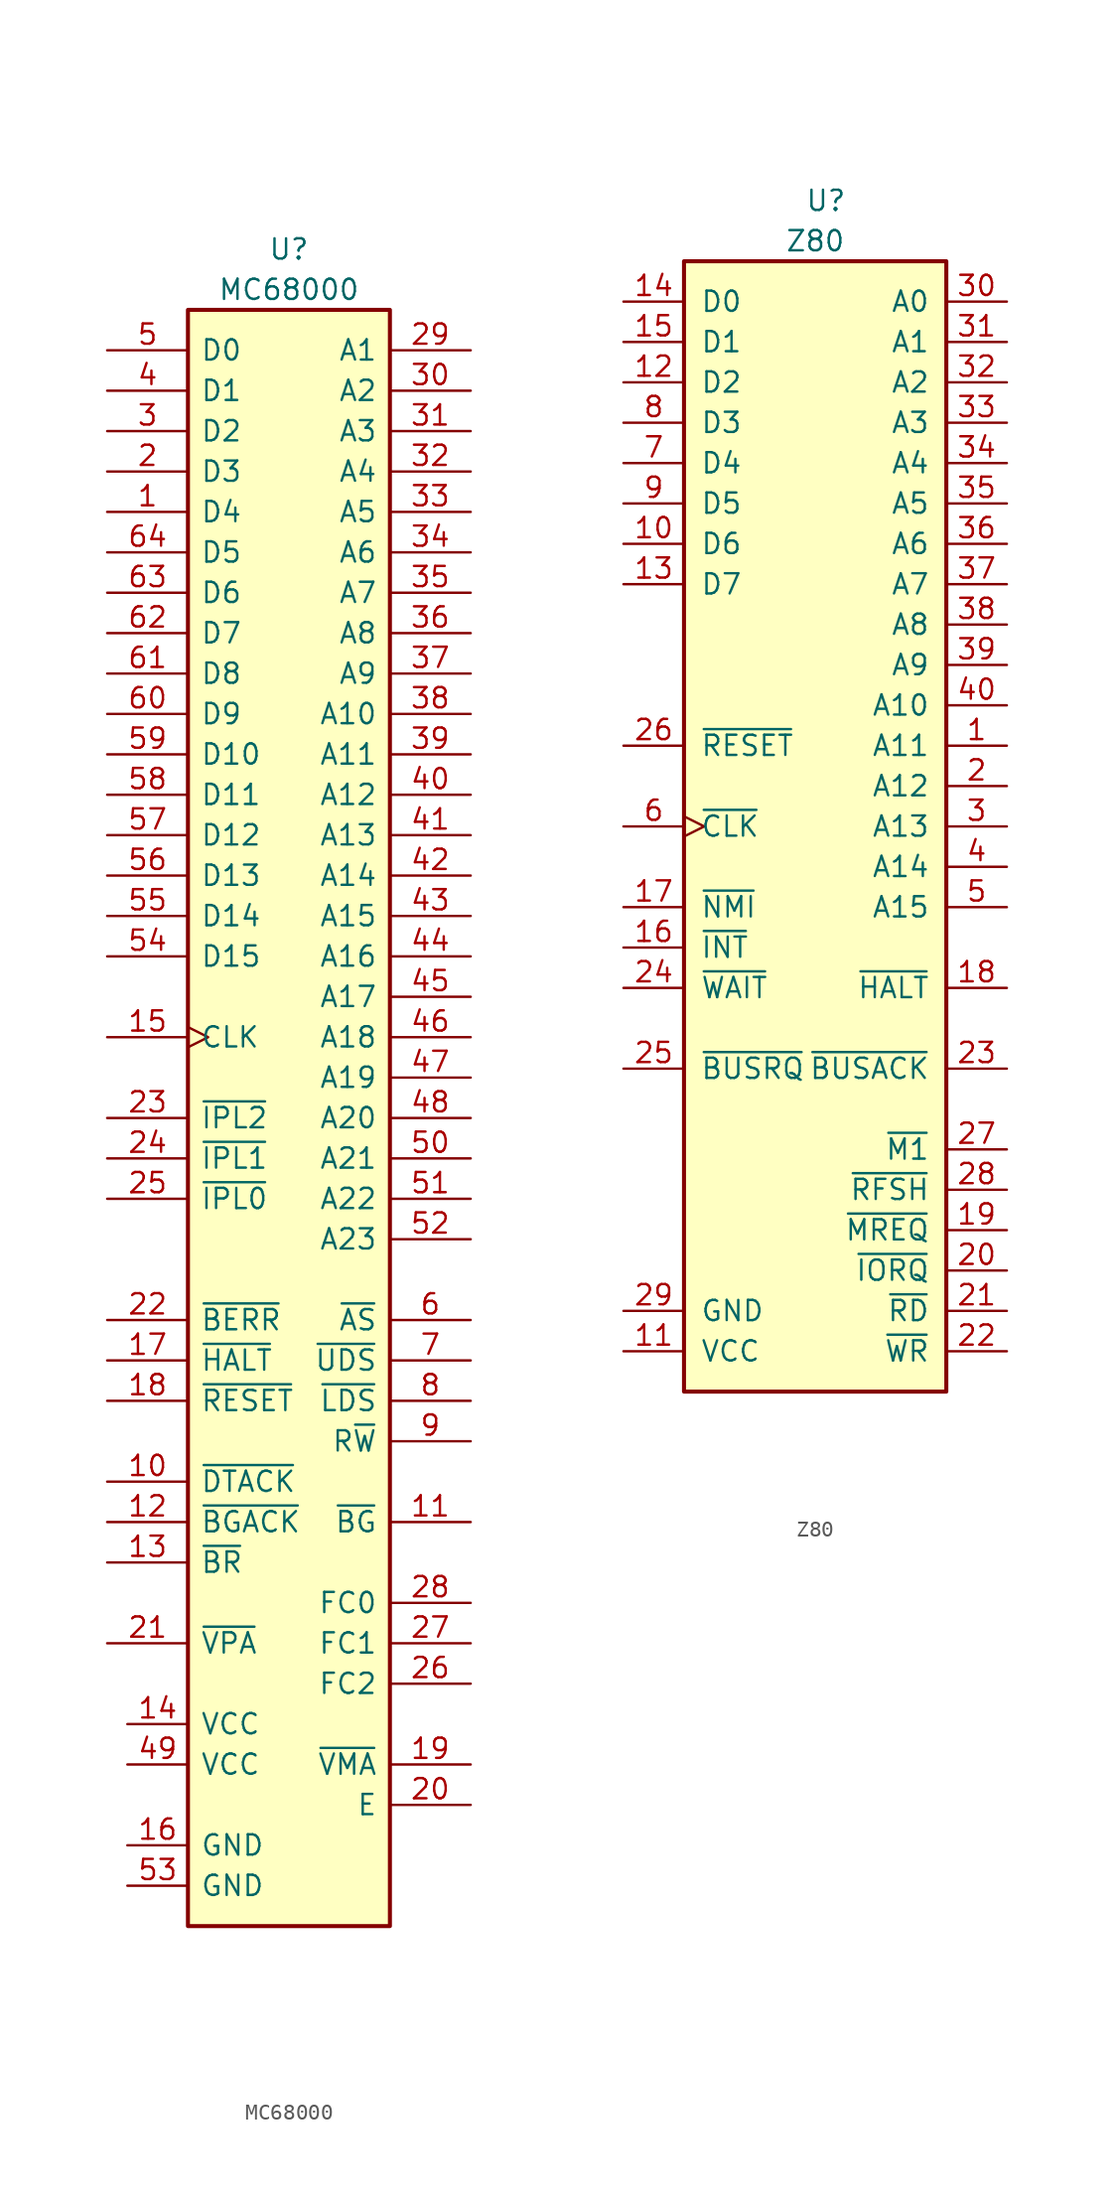
<source format=kicad_sym>
(kicad_symbol_lib
  (version 20220914)
  (generator kicad_symbol_editor)
  (symbol "MC68000"
    (pin_names
      (offset 0.762))
    (property "Reference" "U"
      (at 0 54.61 0)
      (effects (font (size 1.27 1.27))))
    (property "Value" "MC68000"
      (at 0 52.07 0)
      (effects (font (size 1.27 1.27))))
    (symbol "MC68000_0_1"
      (rectangle (start -6.35 50.8) (end 6.35 -50.8) (stroke (width 0.254) (type default)) (fill (type background))))
    (symbol "MC68000_1_1"
      (pin bidirectional line (at -11.43 38.1 0) (length 5.08) (name "D4" (effects (font (size 1.27 1.27)))) (number "1" (effects (font (size 1.27 1.27)))))
      (pin input line (at -11.43 -22.86 0) (length 5.08) (name "~{DTACK}" (effects (font (size 1.27 1.27)))) (number "10" (effects (font (size 1.27 1.27)))))
      (pin output line (at 11.43 -25.4 180) (length 5.08) (name "~{BG}" (effects (font (size 1.27 1.27)))) (number "11" (effects (font (size 1.27 1.27)))))
      (pin input line (at -11.43 -25.4 0) (length 5.08) (name "~{BGACK}" (effects (font (size 1.27 1.27)))) (number "12" (effects (font (size 1.27 1.27)))))
      (pin input line (at -11.43 -27.94 0) (length 5.08) (name "~{BR}" (effects (font (size 1.27 1.27)))) (number "13" (effects (font (size 1.27 1.27)))))
      (pin power_in line (at -10.16 -38.1 0) (length 3.81) (name "VCC" (effects (font (size 1.27 1.27)))) (number "14" (effects (font (size 1.27 1.27)))))
      (pin input clock (at -11.43 5.08 0) (length 5.08) (name "CLK" (effects (font (size 1.27 1.27)))) (number "15" (effects (font (size 1.27 1.27)))))
      (pin power_in line (at -10.16 -45.72 0) (length 3.81) (name "GND" (effects (font (size 1.27 1.27)))) (number "16" (effects (font (size 1.27 1.27)))))
      (pin bidirectional line (at -11.43 -15.24 0) (length 5.08) (name "~{HALT}" (effects (font (size 1.27 1.27)))) (number "17" (effects (font (size 1.27 1.27)))))
      (pin bidirectional line (at -11.43 -17.78 0) (length 5.08) (name "~{RESET}" (effects (font (size 1.27 1.27)))) (number "18" (effects (font (size 1.27 1.27)))))
      (pin output line (at 11.43 -40.64 180) (length 5.08) (name "~{VMA}" (effects (font (size 1.27 1.27)))) (number "19" (effects (font (size 1.27 1.27)))))
      (pin bidirectional line (at -11.43 40.64 0) (length 5.08) (name "D3" (effects (font (size 1.27 1.27)))) (number "2" (effects (font (size 1.27 1.27)))))
      (pin output line (at 11.43 -43.18 180) (length 5.08) (name "E" (effects (font (size 1.27 1.27)))) (number "20" (effects (font (size 1.27 1.27)))))
      (pin input line (at -11.43 -33.02 0) (length 5.08) (name "~{VPA}" (effects (font (size 1.27 1.27)))) (number "21" (effects (font (size 1.27 1.27)))))
      (pin input line (at -11.43 -12.7 0) (length 5.08) (name "~{BERR}" (effects (font (size 1.27 1.27)))) (number "22" (effects (font (size 1.27 1.27)))))
      (pin input line (at -11.43 0 0) (length 5.08) (name "~{IPL2}" (effects (font (size 1.27 1.27)))) (number "23" (effects (font (size 1.27 1.27)))))
      (pin input line (at -11.43 -2.54 0) (length 5.08) (name "~{IPL1}" (effects (font (size 1.27 1.27)))) (number "24" (effects (font (size 1.27 1.27)))))
      (pin input line (at -11.43 -5.08 0) (length 5.08) (name "~{IPL0}" (effects (font (size 1.27 1.27)))) (number "25" (effects (font (size 1.27 1.27)))))
      (pin output line (at 11.43 -35.56 180) (length 5.08) (name "FC2" (effects (font (size 1.27 1.27)))) (number "26" (effects (font (size 1.27 1.27)))))
      (pin output line (at 11.43 -33.02 180) (length 5.08) (name "FC1" (effects (font (size 1.27 1.27)))) (number "27" (effects (font (size 1.27 1.27)))))
      (pin output line (at 11.43 -30.48 180) (length 5.08) (name "FC0" (effects (font (size 1.27 1.27)))) (number "28" (effects (font (size 1.27 1.27)))))
      (pin output line (at 11.43 48.26 180) (length 5.08) (name "A1" (effects (font (size 1.27 1.27)))) (number "29" (effects (font (size 1.27 1.27)))))
      (pin bidirectional line (at -11.43 43.18 0) (length 5.08) (name "D2" (effects (font (size 1.27 1.27)))) (number "3" (effects (font (size 1.27 1.27)))))
      (pin output line (at 11.43 45.72 180) (length 5.08) (name "A2" (effects (font (size 1.27 1.27)))) (number "30" (effects (font (size 1.27 1.27)))))
      (pin output line (at 11.43 43.18 180) (length 5.08) (name "A3" (effects (font (size 1.27 1.27)))) (number "31" (effects (font (size 1.27 1.27)))))
      (pin output line (at 11.43 40.64 180) (length 5.08) (name "A4" (effects (font (size 1.27 1.27)))) (number "32" (effects (font (size 1.27 1.27)))))
      (pin output line (at 11.43 38.1 180) (length 5.08) (name "A5" (effects (font (size 1.27 1.27)))) (number "33" (effects (font (size 1.27 1.27)))))
      (pin output line (at 11.43 35.56 180) (length 5.08) (name "A6" (effects (font (size 1.27 1.27)))) (number "34" (effects (font (size 1.27 1.27)))))
      (pin output line (at 11.43 33.02 180) (length 5.08) (name "A7" (effects (font (size 1.27 1.27)))) (number "35" (effects (font (size 1.27 1.27)))))
      (pin output line (at 11.43 30.48 180) (length 5.08) (name "A8" (effects (font (size 1.27 1.27)))) (number "36" (effects (font (size 1.27 1.27)))))
      (pin output line (at 11.43 27.94 180) (length 5.08) (name "A9" (effects (font (size 1.27 1.27)))) (number "37" (effects (font (size 1.27 1.27)))))
      (pin output line (at 11.43 25.4 180) (length 5.08) (name "A10" (effects (font (size 1.27 1.27)))) (number "38" (effects (font (size 1.27 1.27)))))
      (pin output line (at 11.43 22.86 180) (length 5.08) (name "A11" (effects (font (size 1.27 1.27)))) (number "39" (effects (font (size 1.27 1.27)))))
      (pin bidirectional line (at -11.43 45.72 0) (length 5.08) (name "D1" (effects (font (size 1.27 1.27)))) (number "4" (effects (font (size 1.27 1.27)))))
      (pin output line (at 11.43 20.32 180) (length 5.08) (name "A12" (effects (font (size 1.27 1.27)))) (number "40" (effects (font (size 1.27 1.27)))))
      (pin output line (at 11.43 17.78 180) (length 5.08) (name "A13" (effects (font (size 1.27 1.27)))) (number "41" (effects (font (size 1.27 1.27)))))
      (pin output line (at 11.43 15.24 180) (length 5.08) (name "A14" (effects (font (size 1.27 1.27)))) (number "42" (effects (font (size 1.27 1.27)))))
      (pin output line (at 11.43 12.7 180) (length 5.08) (name "A15" (effects (font (size 1.27 1.27)))) (number "43" (effects (font (size 1.27 1.27)))))
      (pin output line (at 11.43 10.16 180) (length 5.08) (name "A16" (effects (font (size 1.27 1.27)))) (number "44" (effects (font (size 1.27 1.27)))))
      (pin output line (at 11.43 7.62 180) (length 5.08) (name "A17" (effects (font (size 1.27 1.27)))) (number "45" (effects (font (size 1.27 1.27)))))
      (pin output line (at 11.43 5.08 180) (length 5.08) (name "A18" (effects (font (size 1.27 1.27)))) (number "46" (effects (font (size 1.27 1.27)))))
      (pin output line (at 11.43 2.54 180) (length 5.08) (name "A19" (effects (font (size 1.27 1.27)))) (number "47" (effects (font (size 1.27 1.27)))))
      (pin output line (at 11.43 0 180) (length 5.08) (name "A20" (effects (font (size 1.27 1.27)))) (number "48" (effects (font (size 1.27 1.27)))))
      (pin power_in line (at -10.16 -40.64 0) (length 3.81) (name "VCC" (effects (font (size 1.27 1.27)))) (number "49" (effects (font (size 1.27 1.27)))))
      (pin bidirectional line (at -11.43 48.26 0) (length 5.08) (name "D0" (effects (font (size 1.27 1.27)))) (number "5" (effects (font (size 1.27 1.27)))))
      (pin output line (at 11.43 -2.54 180) (length 5.08) (name "A21" (effects (font (size 1.27 1.27)))) (number "50" (effects (font (size 1.27 1.27)))))
      (pin output line (at 11.43 -5.08 180) (length 5.08) (name "A22" (effects (font (size 1.27 1.27)))) (number "51" (effects (font (size 1.27 1.27)))))
      (pin output line (at 11.43 -7.62 180) (length 5.08) (name "A23" (effects (font (size 1.27 1.27)))) (number "52" (effects (font (size 1.27 1.27)))))
      (pin power_in line (at -10.16 -48.26 0) (length 3.81) (name "GND" (effects (font (size 1.27 1.27)))) (number "53" (effects (font (size 1.27 1.27)))))
      (pin bidirectional line (at -11.43 10.16 0) (length 5.08) (name "D15" (effects (font (size 1.27 1.27)))) (number "54" (effects (font (size 1.27 1.27)))))
      (pin bidirectional line (at -11.43 12.7 0) (length 5.08) (name "D14" (effects (font (size 1.27 1.27)))) (number "55" (effects (font (size 1.27 1.27)))))
      (pin bidirectional line (at -11.43 15.24 0) (length 5.08) (name "D13" (effects (font (size 1.27 1.27)))) (number "56" (effects (font (size 1.27 1.27)))))
      (pin bidirectional line (at -11.43 17.78 0) (length 5.08) (name "D12" (effects (font (size 1.27 1.27)))) (number "57" (effects (font (size 1.27 1.27)))))
      (pin bidirectional line (at -11.43 20.32 0) (length 5.08) (name "D11" (effects (font (size 1.27 1.27)))) (number "58" (effects (font (size 1.27 1.27)))))
      (pin bidirectional line (at -11.43 22.86 0) (length 5.08) (name "D10" (effects (font (size 1.27 1.27)))) (number "59" (effects (font (size 1.27 1.27)))))
      (pin output line (at 11.43 -12.7 180) (length 5.08) (name "~{AS}" (effects (font (size 1.27 1.27)))) (number "6" (effects (font (size 1.27 1.27)))))
      (pin bidirectional line (at -11.43 25.4 0) (length 5.08) (name "D9" (effects (font (size 1.27 1.27)))) (number "60" (effects (font (size 1.27 1.27)))))
      (pin bidirectional line (at -11.43 27.94 0) (length 5.08) (name "D8" (effects (font (size 1.27 1.27)))) (number "61" (effects (font (size 1.27 1.27)))))
      (pin bidirectional line (at -11.43 30.48 0) (length 5.08) (name "D7" (effects (font (size 1.27 1.27)))) (number "62" (effects (font (size 1.27 1.27)))))
      (pin bidirectional line (at -11.43 33.02 0) (length 5.08) (name "D6" (effects (font (size 1.27 1.27)))) (number "63" (effects (font (size 1.27 1.27)))))
      (pin bidirectional line (at -11.43 35.56 0) (length 5.08) (name "D5" (effects (font (size 1.27 1.27)))) (number "64" (effects (font (size 1.27 1.27)))))
      (pin output line (at 11.43 -15.24 180) (length 5.08) (name "~{UDS}" (effects (font (size 1.27 1.27)))) (number "7" (effects (font (size 1.27 1.27)))))
      (pin output line (at 11.43 -17.78 180) (length 5.08) (name "~{LDS}" (effects (font (size 1.27 1.27)))) (number "8" (effects (font (size 1.27 1.27)))))
      (pin output line (at 11.43 -20.32 180) (length 5.08) (name "R~{W}" (effects (font (size 1.27 1.27)))) (number "9" (effects (font (size 1.27 1.27)))))))
  (symbol "Z80"
    (pin_names
      (offset 1.016))
    (property "Reference" "U"
      (at 0 39.37 0)
      (effects (font (size 1.27 1.27)) (justify left)))
    (property "Value" "Z80"
      (at -1.27 36.83 0)
      (effects (font (size 1.27 1.27)) (justify left)))
    (symbol "Z80_0_1"
      (rectangle (start -7.62 35.56) (end 8.89 -35.56) (stroke (width 0.254) (type default)) (fill (type background))))
    (symbol "Z80_1_1"
      (pin output line (at 12.7 5.08 180) (length 3.81) (name "A11" (effects (font (size 1.27 1.27)))) (number "1" (effects (font (size 1.27 1.27)))))
      (pin bidirectional line (at -11.43 17.78 0) (length 3.81) (name "D6" (effects (font (size 1.27 1.27)))) (number "10" (effects (font (size 1.27 1.27)))))
      (pin power_in line (at -11.43 -33.02 0) (length 3.81) (name "VCC" (effects (font (size 1.27 1.27)))) (number "11" (effects (font (size 1.27 1.27)))))
      (pin bidirectional line (at -11.43 27.94 0) (length 3.81) (name "D2" (effects (font (size 1.27 1.27)))) (number "12" (effects (font (size 1.27 1.27)))))
      (pin bidirectional line (at -11.43 15.24 0) (length 3.81) (name "D7" (effects (font (size 1.27 1.27)))) (number "13" (effects (font (size 1.27 1.27)))))
      (pin bidirectional line (at -11.43 33.02 0) (length 3.81) (name "D0" (effects (font (size 1.27 1.27)))) (number "14" (effects (font (size 1.27 1.27)))))
      (pin bidirectional line (at -11.43 30.48 0) (length 3.81) (name "D1" (effects (font (size 1.27 1.27)))) (number "15" (effects (font (size 1.27 1.27)))))
      (pin input line (at -11.43 -7.62 0) (length 3.81) (name "~{INT}" (effects (font (size 1.27 1.27)))) (number "16" (effects (font (size 1.27 1.27)))))
      (pin input line (at -11.43 -5.08 0) (length 3.81) (name "~{NMI}" (effects (font (size 1.27 1.27)))) (number "17" (effects (font (size 1.27 1.27)))))
      (pin output line (at 12.7 -10.16 180) (length 3.81) (name "~{HALT}" (effects (font (size 1.27 1.27)))) (number "18" (effects (font (size 1.27 1.27)))))
      (pin output line (at 12.7 -25.4 180) (length 3.81) (name "~{MREQ}" (effects (font (size 1.27 1.27)))) (number "19" (effects (font (size 1.27 1.27)))))
      (pin output line (at 12.7 2.54 180) (length 3.81) (name "A12" (effects (font (size 1.27 1.27)))) (number "2" (effects (font (size 1.27 1.27)))))
      (pin output line (at 12.7 -27.94 180) (length 3.81) (name "~{IORQ}" (effects (font (size 1.27 1.27)))) (number "20" (effects (font (size 1.27 1.27)))))
      (pin output line (at 12.7 -30.48 180) (length 3.81) (name "~{RD}" (effects (font (size 1.27 1.27)))) (number "21" (effects (font (size 1.27 1.27)))))
      (pin output line (at 12.7 -33.02 180) (length 3.81) (name "~{WR}" (effects (font (size 1.27 1.27)))) (number "22" (effects (font (size 1.27 1.27)))))
      (pin output line (at 12.7 -15.24 180) (length 3.81) (name "~{BUSACK}" (effects (font (size 1.27 1.27)))) (number "23" (effects (font (size 1.27 1.27)))))
      (pin input line (at -11.43 -10.16 0) (length 3.81) (name "~{WAIT}" (effects (font (size 1.27 1.27)))) (number "24" (effects (font (size 1.27 1.27)))))
      (pin input line (at -11.43 -15.24 0) (length 3.81) (name "~{BUSRQ}" (effects (font (size 1.27 1.27)))) (number "25" (effects (font (size 1.27 1.27)))))
      (pin input line (at -11.43 5.08 0) (length 3.81) (name "~{RESET}" (effects (font (size 1.27 1.27)))) (number "26" (effects (font (size 1.27 1.27)))))
      (pin output line (at 12.7 -20.32 180) (length 3.81) (name "~{M1}" (effects (font (size 1.27 1.27)))) (number "27" (effects (font (size 1.27 1.27)))))
      (pin output line (at 12.7 -22.86 180) (length 3.81) (name "~{RFSH}" (effects (font (size 1.27 1.27)))) (number "28" (effects (font (size 1.27 1.27)))))
      (pin power_in line (at -11.43 -30.48 0) (length 3.81) (name "GND" (effects (font (size 1.27 1.27)))) (number "29" (effects (font (size 1.27 1.27)))))
      (pin output line (at 12.7 0 180) (length 3.81) (name "A13" (effects (font (size 1.27 1.27)))) (number "3" (effects (font (size 1.27 1.27)))))
      (pin output line (at 12.7 33.02 180) (length 3.81) (name "A0" (effects (font (size 1.27 1.27)))) (number "30" (effects (font (size 1.27 1.27)))))
      (pin output line (at 12.7 30.48 180) (length 3.81) (name "A1" (effects (font (size 1.27 1.27)))) (number "31" (effects (font (size 1.27 1.27)))))
      (pin output line (at 12.7 27.94 180) (length 3.81) (name "A2" (effects (font (size 1.27 1.27)))) (number "32" (effects (font (size 1.27 1.27)))))
      (pin output line (at 12.7 25.4 180) (length 3.81) (name "A3" (effects (font (size 1.27 1.27)))) (number "33" (effects (font (size 1.27 1.27)))))
      (pin output line (at 12.7 22.86 180) (length 3.81) (name "A4" (effects (font (size 1.27 1.27)))) (number "34" (effects (font (size 1.27 1.27)))))
      (pin output line (at 12.7 20.32 180) (length 3.81) (name "A5" (effects (font (size 1.27 1.27)))) (number "35" (effects (font (size 1.27 1.27)))))
      (pin output line (at 12.7 17.78 180) (length 3.81) (name "A6" (effects (font (size 1.27 1.27)))) (number "36" (effects (font (size 1.27 1.27)))))
      (pin output line (at 12.7 15.24 180) (length 3.81) (name "A7" (effects (font (size 1.27 1.27)))) (number "37" (effects (font (size 1.27 1.27)))))
      (pin output line (at 12.7 12.7 180) (length 3.81) (name "A8" (effects (font (size 1.27 1.27)))) (number "38" (effects (font (size 1.27 1.27)))))
      (pin output line (at 12.7 10.16 180) (length 3.81) (name "A9" (effects (font (size 1.27 1.27)))) (number "39" (effects (font (size 1.27 1.27)))))
      (pin output line (at 12.7 -2.54 180) (length 3.81) (name "A14" (effects (font (size 1.27 1.27)))) (number "4" (effects (font (size 1.27 1.27)))))
      (pin output line (at 12.7 7.62 180) (length 3.81) (name "A10" (effects (font (size 1.27 1.27)))) (number "40" (effects (font (size 1.27 1.27)))))
      (pin output line (at 12.7 -5.08 180) (length 3.81) (name "A15" (effects (font (size 1.27 1.27)))) (number "5" (effects (font (size 1.27 1.27)))))
      (pin input clock (at -11.43 0 0) (length 3.81) (name "~{CLK}" (effects (font (size 1.27 1.27)))) (number "6" (effects (font (size 1.27 1.27)))))
      (pin bidirectional line (at -11.43 22.86 0) (length 3.81) (name "D4" (effects (font (size 1.27 1.27)))) (number "7" (effects (font (size 1.27 1.27)))))
      (pin bidirectional line (at -11.43 25.4 0) (length 3.81) (name "D3" (effects (font (size 1.27 1.27)))) (number "8" (effects (font (size 1.27 1.27)))))
      (pin bidirectional line (at -11.43 20.32 0) (length 3.81) (name "D5" (effects (font (size 1.27 1.27)))) (number "9" (effects (font (size 1.27 1.27))))))))
</source>
